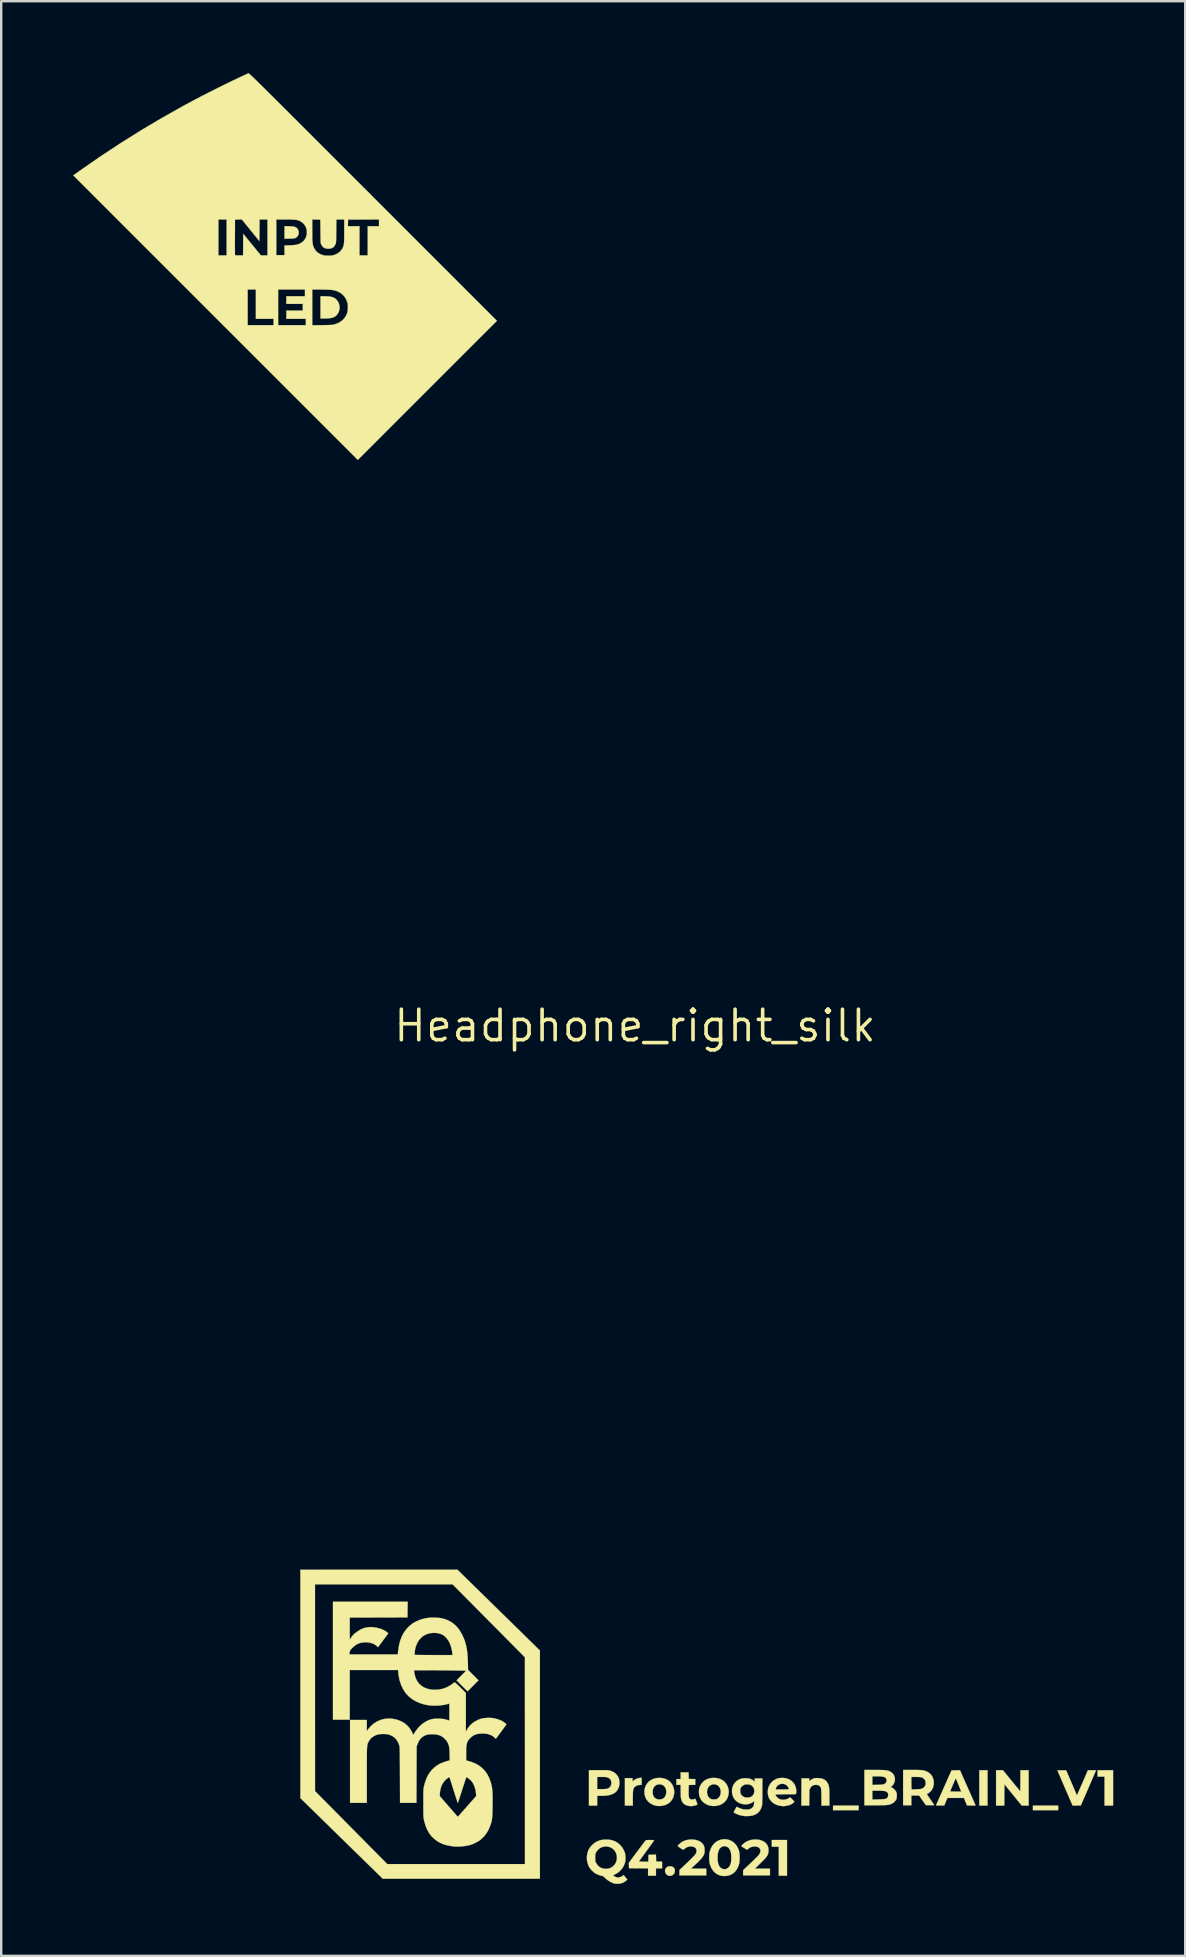
<source format=kicad_pcb>
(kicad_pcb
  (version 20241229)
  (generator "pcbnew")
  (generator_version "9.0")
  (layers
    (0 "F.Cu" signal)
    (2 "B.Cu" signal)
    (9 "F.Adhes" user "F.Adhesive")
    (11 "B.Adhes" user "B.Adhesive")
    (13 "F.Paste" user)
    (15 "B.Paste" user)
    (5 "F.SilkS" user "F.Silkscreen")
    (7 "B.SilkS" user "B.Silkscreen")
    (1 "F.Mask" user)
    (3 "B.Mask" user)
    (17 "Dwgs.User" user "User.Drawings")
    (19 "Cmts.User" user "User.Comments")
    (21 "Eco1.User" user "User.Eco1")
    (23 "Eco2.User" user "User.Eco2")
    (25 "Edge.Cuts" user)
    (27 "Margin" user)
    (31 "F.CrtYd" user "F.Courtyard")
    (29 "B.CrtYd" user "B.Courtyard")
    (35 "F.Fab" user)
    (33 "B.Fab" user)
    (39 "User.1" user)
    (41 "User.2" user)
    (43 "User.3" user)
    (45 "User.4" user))
  (footprint "Headphone_right_silk"
    (layer "F.Cu")
    (at 23.413 39.701)
    (property "Reference" "Headphone_right_silk" (at 0 0 0) (layer "F.SilkS") (effects (font (size 1.27 1.27) (thickness 0.15))))
    (attr through_hole)
    (fp_poly (pts (xy 9.322 32.69) (xy 8.255 32.69) (xy 8.255 32.499) (xy 9.322 32.499) (xy 9.322 32.69)) (stroke (width 0.01) (type solid)) (fill yes) (layer "F.SilkS"))
    (fp_poly (pts (xy 14.694 32.499) (xy 14.351 32.499) (xy 14.351 31.026) (xy 14.694 31.026) (xy 14.694 32.499)) (stroke (width 0.01) (type solid)) (fill yes) (layer "F.SilkS"))
    (fp_poly (pts (xy 17.64 32.69) (xy 16.586 32.69) (xy 16.586 32.499) (xy 17.64 32.499) (xy 17.64 32.69)) (stroke (width 0.01) (type solid)) (fill yes) (layer "F.SilkS"))
    (fp_poly (pts (xy 6.337 35.42) (xy 5.994 35.42) (xy 5.994 34.214) (xy 5.702 34.214) (xy 5.702 33.934) (xy 6.337 33.934) (xy 6.337 35.42)) (stroke (width 0.01) (type solid)) (fill yes) (layer "F.SilkS"))
    (fp_poly (pts (xy 19.926 32.499) (xy 19.571 32.499) (xy 19.571 31.293) (xy 19.279 31.293) (xy 19.279 31.026) (xy 19.926 31.026) (xy 19.926 32.499)) (stroke (width 0.01) (type solid)) (fill yes) (layer "F.SilkS"))
    (fp_poly (pts (xy 15.697 31.467) (xy 16.059 31.907) (xy 16.062 31.467) (xy 16.066 31.026) (xy 16.408 31.026) (xy 16.408 32.499) (xy 16.119 32.499) (xy 15.759 32.055) (xy 15.399 31.611) (xy 15.395 32.055) (xy 15.392 32.499) (xy 15.05 32.499) (xy 15.05 31.026) (xy 15.335 31.026) (xy 15.697 31.467)) (stroke (width 0.01) (type solid)) (fill yes) (layer "F.SilkS"))
    (fp_poly (pts (xy -10.671 22.67) (xy -7.398 22.67) (xy -3.962 26.037) (xy -3.962 35.547) (xy -10.512 35.547) (xy -12.228 33.868) (xy -13.944 32.188) (xy -13.944 27.429) (xy -13.945 23.279) (xy -13.335 23.279) (xy -13.335 27.588) (xy -13.334 31.896) (xy -10.323 34.938) (xy -4.585 34.938) (xy -4.585 30.629) (xy -4.586 26.321) (xy -6.093 24.8) (xy -7.6 23.279) (xy -13.335 23.279) (xy -13.945 23.279) (xy -13.945 22.669) (xy -10.671 22.67)) (stroke (width 0.01) (type solid)) (fill yes) (layer "F.SilkS"))
    (fp_poly (pts (xy -14.418 -33.321) (xy -14.325 -33.317) (xy -14.253 -33.311) (xy -14.198 -33.302) (xy -14.156 -33.288) (xy -14.121 -33.27) (xy -14.091 -33.245) (xy -14.083 -33.237) (xy -14.039 -33.177) (xy -14.015 -33.109) (xy -14.012 -33.037) (xy -14.027 -32.968) (xy -14.062 -32.905) (xy -14.113 -32.855) (xy -14.138 -32.839) (xy -14.161 -32.828) (xy -14.185 -32.821) (xy -14.215 -32.815) (xy -14.256 -32.811) (xy -14.313 -32.809) (xy -14.389 -32.807) (xy -14.399 -32.806) (xy -14.605 -32.802) (xy -14.605 -33.328) (xy -14.418 -33.321)) (stroke (width 0.01) (type solid)) (fill yes) (layer "F.SilkS"))
    (fp_poly (pts (xy -12.818 -30.401) (xy -12.719 -30.393) (xy -12.638 -30.377) (xy -12.57 -30.354) (xy -12.51 -30.321) (xy -12.456 -30.279) (xy -12.452 -30.275) (xy -12.388 -30.2) (xy -12.343 -30.115) (xy -12.318 -30.023) (xy -12.311 -29.928) (xy -12.322 -29.833) (xy -12.35 -29.743) (xy -12.396 -29.662) (xy -12.458 -29.592) (xy -12.536 -29.54) (xy -12.606 -29.512) (xy -12.692 -29.493) (xy -12.797 -29.481) (xy -12.924 -29.477) (xy -12.932 -29.477) (xy -13.106 -29.477) (xy -13.106 -30.404) (xy -12.937 -30.404) (xy -12.818 -30.401)) (stroke (width 0.01) (type solid)) (fill yes) (layer "F.SilkS"))
    (fp_poly (pts (xy 1.53 35.035) (xy 1.587 35.062) (xy 1.63 35.103) (xy 1.651 35.132) (xy 1.661 35.164) (xy 1.664 35.209) (xy 1.664 35.216) (xy 1.655 35.288) (xy 1.626 35.345) (xy 1.576 35.389) (xy 1.55 35.404) (xy 1.495 35.426) (xy 1.444 35.43) (xy 1.389 35.419) (xy 1.355 35.402) (xy 1.32 35.374) (xy 1.31 35.363) (xy 1.27 35.301) (xy 1.252 35.238) (xy 1.256 35.176) (xy 1.279 35.12) (xy 1.319 35.074) (xy 1.375 35.042) (xy 1.445 35.027) (xy 1.46 35.027) (xy 1.53 35.035)) (stroke (width 0.01) (type solid)) (fill yes) (layer "F.SilkS"))
    (fp_poly (pts (xy 0.279 31.632) (xy 0.198 31.64) (xy 0.119 31.652) (xy 0.059 31.673) (xy 0.008 31.707) (xy -0.01 31.723) (xy -0.032 31.749) (xy -0.051 31.777) (xy -0.064 31.811) (xy -0.075 31.855) (xy -0.082 31.91) (xy -0.086 31.981) (xy -0.088 32.07) (xy -0.089 32.181) (xy -0.089 32.197) (xy -0.089 32.499) (xy -0.419 32.499) (xy -0.419 31.356) (xy -0.102 31.356) (xy -0.102 31.495) (xy -0.06 31.456) (xy 0.002 31.411) (xy 0.081 31.375) (xy 0.165 31.352) (xy 0.199 31.347) (xy 0.279 31.34) (xy 0.279 31.632)) (stroke (width 0.01) (type solid)) (fill yes) (layer "F.SilkS"))
    (fp_poly (pts (xy 7.609 31.352) (xy 7.728 31.361) (xy 7.828 31.385) (xy 7.911 31.427) (xy 7.978 31.485) (xy 8.031 31.562) (xy 8.036 31.573) (xy 8.054 31.611) (xy 8.069 31.649) (xy 8.08 31.69) (xy 8.089 31.738) (xy 8.095 31.795) (xy 8.099 31.866) (xy 8.101 31.953) (xy 8.102 32.06) (xy 8.103 32.153) (xy 8.103 32.499) (xy 7.774 32.499) (xy 7.77 32.147) (xy 7.769 32.042) (xy 7.767 31.959) (xy 7.765 31.895) (xy 7.763 31.847) (xy 7.76 31.811) (xy 7.755 31.785) (xy 7.75 31.765) (xy 7.743 31.748) (xy 7.741 31.744) (xy 7.704 31.69) (xy 7.656 31.656) (xy 7.593 31.639) (xy 7.544 31.636) (xy 7.464 31.643) (xy 7.401 31.665) (xy 7.352 31.705) (xy 7.311 31.765) (xy 7.309 31.769) (xy 7.271 31.843) (xy 7.262 32.499) (xy 6.934 32.499) (xy 6.941 31.363) (xy 7.258 31.363) (xy 7.271 31.486) (xy 7.3 31.454) (xy 7.328 31.432) (xy 7.369 31.407) (xy 7.408 31.386) (xy 7.449 31.369) (xy 7.484 31.358) (xy 7.523 31.353) (xy 7.573 31.351) (xy 7.609 31.352)) (stroke (width 0.01) (type solid)) (fill yes) (layer "F.SilkS"))
    (fp_poly (pts (xy 2.242 31.388) (xy 2.378 31.392) (xy 2.515 31.395) (xy 2.515 31.635) (xy 2.242 31.642) (xy 2.238 31.845) (xy 2.236 31.948) (xy 2.237 32.028) (xy 2.24 32.089) (xy 2.246 32.136) (xy 2.255 32.17) (xy 2.267 32.195) (xy 2.282 32.213) (xy 2.309 32.233) (xy 2.34 32.243) (xy 2.38 32.245) (xy 2.426 32.242) (xy 2.467 32.232) (xy 2.48 32.227) (xy 2.505 32.216) (xy 2.519 32.22) (xy 2.529 32.243) (xy 2.558 32.318) (xy 2.581 32.378) (xy 2.596 32.422) (xy 2.603 32.445) (xy 2.603 32.447) (xy 2.592 32.46) (xy 2.562 32.476) (xy 2.518 32.492) (xy 2.467 32.505) (xy 2.432 32.512) (xy 2.383 32.519) (xy 2.346 32.522) (xy 2.309 32.521) (xy 2.261 32.515) (xy 2.242 32.512) (xy 2.142 32.487) (xy 2.059 32.443) (xy 1.995 32.382) (xy 1.949 32.302) (xy 1.92 32.205) (xy 1.919 32.194) (xy 1.914 32.154) (xy 1.91 32.095) (xy 1.907 32.022) (xy 1.906 31.942) (xy 1.905 31.874) (xy 1.905 31.636) (xy 1.727 31.636) (xy 1.727 31.394) (xy 1.905 31.394) (xy 1.905 31.115) (xy 2.234 31.115) (xy 2.242 31.388)) (stroke (width 0.01) (type solid)) (fill yes) (layer "F.SilkS"))
    (fp_poly (pts (xy 0.703 33.935) (xy 0.751 33.936) (xy 0.781 33.94) (xy 0.795 33.944) (xy 0.796 33.951) (xy 0.788 33.965) (xy 0.766 33.997) (xy 0.732 34.045) (xy 0.687 34.106) (xy 0.635 34.179) (xy 0.575 34.262) (xy 0.51 34.351) (xy 0.477 34.395) (xy 0.411 34.487) (xy 0.349 34.572) (xy 0.293 34.649) (xy 0.246 34.715) (xy 0.208 34.768) (xy 0.181 34.806) (xy 0.167 34.826) (xy 0.165 34.829) (xy 0.177 34.832) (xy 0.21 34.834) (xy 0.26 34.835) (xy 0.322 34.836) (xy 0.362 34.836) (xy 0.558 34.836) (xy 0.565 34.55) (xy 0.875 34.543) (xy 0.883 34.83) (xy 1.006 34.833) (xy 1.13 34.837) (xy 1.13 35.115) (xy 0.876 35.115) (xy 0.876 35.42) (xy 0.546 35.42) (xy 0.546 35.116) (xy 0.149 35.113) (xy -0.248 35.109) (xy -0.251 34.998) (xy -0.255 34.886) (xy 0.077 34.439) (xy 0.148 34.344) (xy 0.214 34.255) (xy 0.275 34.174) (xy 0.329 34.102) (xy 0.374 34.043) (xy 0.408 33.999) (xy 0.429 33.971) (xy 0.436 33.963) (xy 0.448 33.951) (xy 0.462 33.943) (xy 0.484 33.938) (xy 0.517 33.936) (xy 0.566 33.935) (xy 0.632 33.934) (xy 0.703 33.935)) (stroke (width 0.01) (type solid)) (fill yes) (layer "F.SilkS"))
    (fp_poly (pts (xy -1.209 31.021) (xy -1.187 31.021) (xy -1.073 31.034) (xy -0.965 31.068) (xy -0.867 31.12) (xy -0.784 31.189) (xy -0.718 31.272) (xy -0.697 31.308) (xy -0.661 31.405) (xy -0.645 31.51) (xy -0.648 31.616) (xy -0.669 31.719) (xy -0.708 31.814) (xy -0.764 31.896) (xy -0.795 31.927) (xy -0.866 31.983) (xy -0.949 32.026) (xy -1.046 32.058) (xy -1.159 32.079) (xy -1.292 32.09) (xy -1.394 32.092) (xy -1.575 32.093) (xy -1.575 32.499) (xy -1.918 32.499) (xy -1.918 31.814) (xy -1.575 31.814) (xy -1.389 31.814) (xy -1.31 31.812) (xy -1.241 31.809) (xy -1.187 31.804) (xy -1.152 31.798) (xy -1.152 31.798) (xy -1.085 31.766) (xy -1.033 31.716) (xy -0.997 31.653) (xy -0.981 31.581) (xy -0.986 31.504) (xy -0.996 31.467) (xy -1.02 31.415) (xy -1.054 31.377) (xy -1.105 31.345) (xy -1.124 31.336) (xy -1.151 31.324) (xy -1.177 31.316) (xy -1.207 31.311) (xy -1.248 31.307) (xy -1.303 31.306) (xy -1.378 31.306) (xy -1.381 31.306) (xy -1.575 31.305) (xy -1.575 31.814) (xy -1.918 31.814) (xy -1.918 31.026) (xy -1.597 31.023) (xy -1.503 31.022) (xy -1.413 31.021) (xy -1.331 31.021) (xy -1.261 31.021) (xy -1.209 31.021)) (stroke (width 0.01) (type solid)) (fill yes) (layer "F.SilkS"))
    (fp_poly (pts (xy 5.182 33.927) (xy 5.296 33.962) (xy 5.391 34.012) (xy 5.467 34.077) (xy 5.522 34.156) (xy 5.556 34.247) (xy 5.568 34.35) (xy 5.563 34.43) (xy 5.554 34.479) (xy 5.543 34.522) (xy 5.526 34.563) (xy 5.503 34.605) (xy 5.47 34.65) (xy 5.426 34.702) (xy 5.368 34.763) (xy 5.295 34.837) (xy 5.241 34.89) (xy 4.998 35.128) (xy 5.626 35.128) (xy 5.626 35.408) (xy 4.508 35.408) (xy 4.508 35.193) (xy 4.826 34.892) (xy 4.902 34.819) (xy 4.973 34.75) (xy 5.038 34.686) (xy 5.093 34.631) (xy 5.135 34.587) (xy 5.164 34.557) (xy 5.174 34.544) (xy 5.214 34.467) (xy 5.23 34.396) (xy 5.224 34.334) (xy 5.197 34.281) (xy 5.149 34.24) (xy 5.083 34.214) (xy 5 34.203) (xy 4.953 34.204) (xy 4.86 34.221) (xy 4.777 34.26) (xy 4.718 34.304) (xy 4.673 34.344) (xy 4.613 34.306) (xy 4.564 34.276) (xy 4.512 34.243) (xy 4.493 34.232) (xy 4.46 34.21) (xy 4.438 34.193) (xy 4.433 34.187) (xy 4.441 34.174) (xy 4.463 34.149) (xy 4.495 34.116) (xy 4.504 34.107) (xy 4.596 34.032) (xy 4.705 33.974) (xy 4.824 33.934) (xy 4.952 33.913) (xy 5.082 33.913) (xy 5.182 33.927)) (stroke (width 0.01) (type solid)) (fill yes) (layer "F.SilkS"))
    (fp_poly (pts (xy 19.108 31.026) (xy 19.16 31.027) (xy 19.197 31.028) (xy 19.214 31.029) (xy 19.215 31.029) (xy 19.21 31.041) (xy 19.196 31.074) (xy 19.173 31.127) (xy 19.143 31.197) (xy 19.106 31.282) (xy 19.064 31.381) (xy 19.016 31.491) (xy 18.965 31.611) (xy 18.91 31.738) (xy 18.899 31.763) (xy 18.583 32.493) (xy 18.412 32.496) (xy 18.241 32.5) (xy 18.156 32.306) (xy 18.133 32.253) (xy 18.101 32.18) (xy 18.063 32.09) (xy 18.018 31.988) (xy 17.97 31.877) (xy 17.92 31.76) (xy 17.868 31.641) (xy 17.838 31.572) (xy 17.605 31.032) (xy 17.784 31.029) (xy 17.849 31.028) (xy 17.904 31.029) (xy 17.946 31.031) (xy 17.969 31.034) (xy 17.971 31.035) (xy 17.978 31.048) (xy 17.993 31.083) (xy 18.017 31.135) (xy 18.046 31.203) (xy 18.082 31.285) (xy 18.121 31.378) (xy 18.165 31.478) (xy 18.21 31.585) (xy 18.257 31.695) (xy 18.304 31.806) (xy 18.35 31.915) (xy 18.394 32.02) (xy 18.396 32.023) (xy 18.417 32.074) (xy 18.44 32.029) (xy 18.45 32.008) (xy 18.468 31.967) (xy 18.495 31.907) (xy 18.527 31.832) (xy 18.565 31.745) (xy 18.608 31.649) (xy 18.652 31.545) (xy 18.67 31.506) (xy 18.877 31.026) (xy 19.046 31.026) (xy 19.108 31.026)) (stroke (width 0.01) (type solid)) (fill yes) (layer "F.SilkS"))
    (fp_poly (pts (xy 1.122 31.351) (xy 1.234 31.376) (xy 1.338 31.419) (xy 1.431 31.479) (xy 1.489 31.534) (xy 1.556 31.628) (xy 1.603 31.731) (xy 1.63 31.84) (xy 1.637 31.95) (xy 1.624 32.06) (xy 1.591 32.165) (xy 1.54 32.262) (xy 1.471 32.347) (xy 1.393 32.411) (xy 1.297 32.462) (xy 1.187 32.497) (xy 1.071 32.516) (xy 0.955 32.516) (xy 0.914 32.512) (xy 0.787 32.481) (xy 0.674 32.429) (xy 0.576 32.357) (xy 0.537 32.318) (xy 0.47 32.227) (xy 0.424 32.126) (xy 0.398 32.017) (xy 0.394 31.93) (xy 0.735 31.93) (xy 0.744 32.026) (xy 0.769 32.103) (xy 0.813 32.165) (xy 0.876 32.212) (xy 0.895 32.222) (xy 0.958 32.24) (xy 1.03 32.245) (xy 1.102 32.235) (xy 1.165 32.212) (xy 1.178 32.204) (xy 1.235 32.152) (xy 1.276 32.083) (xy 1.301 32.003) (xy 1.308 31.915) (xy 1.296 31.83) (xy 1.265 31.751) (xy 1.217 31.688) (xy 1.155 31.643) (xy 1.084 31.617) (xy 1.007 31.611) (xy 0.928 31.627) (xy 0.868 31.656) (xy 0.806 31.708) (xy 0.763 31.775) (xy 0.74 31.859) (xy 0.735 31.93) (xy 0.394 31.93) (xy 0.393 31.906) (xy 0.407 31.795) (xy 0.442 31.689) (xy 0.496 31.592) (xy 0.57 31.506) (xy 0.582 31.495) (xy 0.674 31.43) (xy 0.778 31.383) (xy 0.89 31.354) (xy 1.006 31.343) (xy 1.122 31.351)) (stroke (width 0.01) (type solid)) (fill yes) (layer "F.SilkS"))
    (fp_poly (pts (xy 3.463 31.364) (xy 3.583 31.405) (xy 3.591 31.409) (xy 3.687 31.467) (xy 3.767 31.542) (xy 3.829 31.63) (xy 3.874 31.727) (xy 3.9 31.831) (xy 3.908 31.939) (xy 3.897 32.046) (xy 3.867 32.151) (xy 3.818 32.249) (xy 3.748 32.338) (xy 3.713 32.371) (xy 3.623 32.435) (xy 3.517 32.481) (xy 3.4 32.51) (xy 3.279 32.519) (xy 3.181 32.511) (xy 3.058 32.481) (xy 2.948 32.432) (xy 2.853 32.365) (xy 2.775 32.281) (xy 2.716 32.182) (xy 2.686 32.102) (xy 2.673 32.035) (xy 2.666 31.956) (xy 2.666 31.942) (xy 3.001 31.942) (xy 3.015 32.032) (xy 3.043 32.103) (xy 3.071 32.151) (xy 3.106 32.185) (xy 3.141 32.208) (xy 3.178 32.228) (xy 3.209 32.239) (xy 3.244 32.243) (xy 3.293 32.243) (xy 3.303 32.243) (xy 3.358 32.239) (xy 3.396 32.232) (xy 3.428 32.218) (xy 3.451 32.203) (xy 3.507 32.15) (xy 3.548 32.079) (xy 3.572 31.998) (xy 3.578 31.911) (xy 3.564 31.822) (xy 3.563 31.819) (xy 3.529 31.743) (xy 3.482 31.684) (xy 3.423 31.643) (xy 3.357 31.618) (xy 3.288 31.611) (xy 3.218 31.621) (xy 3.153 31.647) (xy 3.095 31.689) (xy 3.048 31.748) (xy 3.016 31.823) (xy 3.009 31.847) (xy 3.001 31.942) (xy 2.666 31.942) (xy 2.667 31.875) (xy 2.674 31.803) (xy 2.68 31.774) (xy 2.718 31.676) (xy 2.775 31.583) (xy 2.848 31.501) (xy 2.932 31.436) (xy 2.967 31.416) (xy 3.084 31.37) (xy 3.209 31.347) (xy 3.337 31.345) (xy 3.463 31.364)) (stroke (width 0.01) (type solid)) (fill yes) (layer "F.SilkS"))
    (fp_poly (pts (xy 13.862 31.739) (xy 13.919 31.866) (xy 13.972 31.987) (xy 14.022 32.099) (xy 14.067 32.2) (xy 14.106 32.289) (xy 14.139 32.363) (xy 14.164 32.42) (xy 14.181 32.458) (xy 14.189 32.476) (xy 14.189 32.476) (xy 14.191 32.485) (xy 14.187 32.492) (xy 14.173 32.496) (xy 14.146 32.498) (xy 14.101 32.498) (xy 14.036 32.497) (xy 14.018 32.496) (xy 13.838 32.493) (xy 13.774 32.337) (xy 13.711 32.182) (xy 13.02 32.182) (xy 12.982 32.274) (xy 12.959 32.329) (xy 12.936 32.385) (xy 12.918 32.429) (xy 12.894 32.493) (xy 12.72 32.496) (xy 12.65 32.498) (xy 12.602 32.498) (xy 12.573 32.496) (xy 12.557 32.492) (xy 12.552 32.486) (xy 12.553 32.477) (xy 12.553 32.477) (xy 12.559 32.461) (xy 12.575 32.425) (xy 12.6 32.369) (xy 12.632 32.296) (xy 12.67 32.209) (xy 12.715 32.109) (xy 12.764 31.997) (xy 12.807 31.9) (xy 13.14 31.9) (xy 13.144 31.906) (xy 13.157 31.91) (xy 13.182 31.913) (xy 13.224 31.914) (xy 13.284 31.915) (xy 13.365 31.915) (xy 13.598 31.915) (xy 13.488 31.642) (xy 13.456 31.565) (xy 13.428 31.495) (xy 13.404 31.437) (xy 13.386 31.393) (xy 13.374 31.368) (xy 13.372 31.364) (xy 13.366 31.373) (xy 13.352 31.403) (xy 13.331 31.448) (xy 13.305 31.506) (xy 13.276 31.572) (xy 13.245 31.644) (xy 13.214 31.716) (xy 13.185 31.786) (xy 13.159 31.85) (xy 13.142 31.892) (xy 13.14 31.9) (xy 12.807 31.9) (xy 12.817 31.878) (xy 12.874 31.751) (xy 12.877 31.743) (xy 13.194 31.032) (xy 13.545 31.026) (xy 13.862 31.739)) (stroke (width 0.01) (type solid)) (fill yes) (layer "F.SilkS"))
    (fp_poly (pts (xy 2.466 33.918) (xy 2.575 33.94) (xy 2.673 33.977) (xy 2.756 34.028) (xy 2.791 34.06) (xy 2.84 34.117) (xy 2.873 34.173) (xy 2.892 34.235) (xy 2.901 34.31) (xy 2.902 34.36) (xy 2.901 34.421) (xy 2.898 34.464) (xy 2.891 34.499) (xy 2.879 34.533) (xy 2.86 34.573) (xy 2.838 34.612) (xy 2.809 34.654) (xy 2.77 34.702) (xy 2.72 34.757) (xy 2.657 34.822) (xy 2.579 34.898) (xy 2.483 34.988) (xy 2.471 34.999) (xy 2.333 35.128) (xy 2.972 35.128) (xy 2.972 35.408) (xy 1.854 35.408) (xy 1.854 35.182) (xy 1.915 35.128) (xy 1.939 35.105) (xy 1.98 35.067) (xy 2.032 35.017) (xy 2.094 34.958) (xy 2.162 34.893) (xy 2.233 34.825) (xy 2.244 34.815) (xy 2.33 34.731) (xy 2.4 34.662) (xy 2.454 34.606) (xy 2.495 34.559) (xy 2.525 34.52) (xy 2.545 34.485) (xy 2.557 34.454) (xy 2.563 34.422) (xy 2.565 34.388) (xy 2.565 34.382) (xy 2.563 34.337) (xy 2.551 34.304) (xy 2.526 34.272) (xy 2.475 34.232) (xy 2.41 34.208) (xy 2.335 34.2) (xy 2.257 34.207) (xy 2.18 34.229) (xy 2.11 34.267) (xy 2.08 34.29) (xy 2.048 34.317) (xy 2.023 34.335) (xy 2.013 34.341) (xy 1.998 34.334) (xy 1.967 34.316) (xy 1.928 34.291) (xy 1.884 34.263) (xy 1.842 34.234) (xy 1.807 34.208) (xy 1.784 34.19) (xy 1.778 34.182) (xy 1.788 34.164) (xy 1.814 34.135) (xy 1.851 34.101) (xy 1.895 34.064) (xy 1.941 34.029) (xy 1.984 34.001) (xy 2.01 33.987) (xy 2.119 33.945) (xy 2.234 33.92) (xy 2.352 33.912) (xy 2.466 33.918)) (stroke (width 0.01) (type solid)) (fill yes) (layer "F.SilkS"))
    (fp_poly (pts (xy 3.872 33.915) (xy 3.982 33.953) (xy 4.082 34.011) (xy 4.17 34.089) (xy 4.245 34.185) (xy 4.304 34.299) (xy 4.34 34.404) (xy 4.352 34.468) (xy 4.359 34.549) (xy 4.363 34.639) (xy 4.362 34.732) (xy 4.357 34.821) (xy 4.347 34.896) (xy 4.339 34.938) (xy 4.292 35.069) (xy 4.228 35.182) (xy 4.15 35.275) (xy 4.058 35.347) (xy 3.952 35.399) (xy 3.834 35.429) (xy 3.705 35.436) (xy 3.641 35.431) (xy 3.528 35.407) (xy 3.424 35.36) (xy 3.331 35.292) (xy 3.25 35.205) (xy 3.184 35.101) (xy 3.134 34.981) (xy 3.116 34.918) (xy 3.104 34.843) (xy 3.096 34.753) (xy 3.095 34.665) (xy 3.442 34.665) (xy 3.448 34.797) (xy 3.468 34.909) (xy 3.501 34.999) (xy 3.547 35.069) (xy 3.606 35.117) (xy 3.658 35.139) (xy 3.709 35.15) (xy 3.753 35.15) (xy 3.8 35.14) (xy 3.865 35.109) (xy 3.921 35.056) (xy 3.965 34.981) (xy 3.998 34.888) (xy 3.999 34.881) (xy 4.008 34.828) (xy 4.013 34.757) (xy 4.014 34.677) (xy 4.012 34.595) (xy 4.007 34.519) (xy 3.999 34.457) (xy 3.994 34.437) (xy 3.961 34.347) (xy 3.914 34.276) (xy 3.856 34.225) (xy 3.788 34.197) (xy 3.711 34.191) (xy 3.692 34.194) (xy 3.618 34.217) (xy 3.558 34.262) (xy 3.509 34.328) (xy 3.474 34.414) (xy 3.451 34.521) (xy 3.442 34.647) (xy 3.442 34.665) (xy 3.095 34.665) (xy 3.094 34.655) (xy 3.098 34.559) (xy 3.107 34.473) (xy 3.117 34.423) (xy 3.161 34.292) (xy 3.222 34.178) (xy 3.299 34.081) (xy 3.392 34.004) (xy 3.497 33.947) (xy 3.616 33.912) (xy 3.633 33.909) (xy 3.755 33.9) (xy 3.872 33.915)) (stroke (width 0.01) (type solid)) (fill yes) (layer "F.SilkS"))
    (fp_poly (pts (xy 11.56 31.014) (xy 11.685 31.014) (xy 11.788 31.015) (xy 11.873 31.018) (xy 11.942 31.022) (xy 11.998 31.029) (xy 12.046 31.038) (xy 12.088 31.049) (xy 12.128 31.064) (xy 12.169 31.083) (xy 12.175 31.086) (xy 12.272 31.146) (xy 12.349 31.223) (xy 12.406 31.315) (xy 12.443 31.419) (xy 12.455 31.505) (xy 12.452 31.624) (xy 12.428 31.733) (xy 12.383 31.83) (xy 12.318 31.912) (xy 12.234 31.979) (xy 12.221 31.987) (xy 12.19 32.006) (xy 12.17 32.021) (xy 12.167 32.025) (xy 12.173 32.036) (xy 12.193 32.066) (xy 12.222 32.11) (xy 12.26 32.165) (xy 12.304 32.229) (xy 12.319 32.251) (xy 12.364 32.317) (xy 12.404 32.376) (xy 12.437 32.424) (xy 12.459 32.459) (xy 12.471 32.478) (xy 12.471 32.48) (xy 12.459 32.482) (xy 12.427 32.484) (xy 12.378 32.485) (xy 12.317 32.484) (xy 12.298 32.484) (xy 12.124 32.48) (xy 11.843 32.081) (xy 11.519 32.08) (xy 11.519 32.487) (xy 11.176 32.487) (xy 11.176 31.557) (xy 11.519 31.557) (xy 11.519 31.635) (xy 11.521 31.704) (xy 11.523 31.76) (xy 11.525 31.8) (xy 11.528 31.819) (xy 11.528 31.819) (xy 11.545 31.823) (xy 11.581 31.824) (xy 11.632 31.824) (xy 11.692 31.823) (xy 11.756 31.82) (xy 11.818 31.815) (xy 11.874 31.811) (xy 11.918 31.805) (xy 11.942 31.801) (xy 11.994 31.776) (xy 12.045 31.737) (xy 12.085 31.69) (xy 12.099 31.665) (xy 12.109 31.627) (xy 12.115 31.579) (xy 12.116 31.559) (xy 12.108 31.485) (xy 12.081 31.424) (xy 12.035 31.373) (xy 12.005 31.349) (xy 11.971 31.331) (xy 11.932 31.319) (xy 11.88 31.311) (xy 11.814 31.307) (xy 11.727 31.306) (xy 11.706 31.306) (xy 11.519 31.305) (xy 11.519 31.557) (xy 11.176 31.557) (xy 11.176 31.013) (xy 11.56 31.014)) (stroke (width 0.01) (type solid)) (fill yes) (layer "F.SilkS"))
    (fp_poly (pts (xy 10.095 31.014) (xy 10.201 31.015) (xy 10.294 31.017) (xy 10.371 31.02) (xy 10.43 31.023) (xy 10.467 31.026) (xy 10.471 31.027) (xy 10.58 31.057) (xy 10.671 31.102) (xy 10.743 31.161) (xy 10.795 31.234) (xy 10.826 31.318) (xy 10.835 31.399) (xy 10.826 31.483) (xy 10.801 31.562) (xy 10.763 31.63) (xy 10.715 31.681) (xy 10.688 31.699) (xy 10.655 31.716) (xy 10.716 31.751) (xy 10.778 31.795) (xy 10.835 31.85) (xy 10.879 31.91) (xy 10.894 31.939) (xy 10.907 31.987) (xy 10.914 32.056) (xy 10.914 32.087) (xy 10.91 32.161) (xy 10.9 32.218) (xy 10.894 32.234) (xy 10.854 32.3) (xy 10.796 32.361) (xy 10.727 32.408) (xy 10.71 32.417) (xy 10.672 32.434) (xy 10.635 32.448) (xy 10.596 32.459) (xy 10.551 32.468) (xy 10.499 32.475) (xy 10.435 32.48) (xy 10.358 32.483) (xy 10.264 32.485) (xy 10.15 32.486) (xy 10.017 32.486) (xy 9.563 32.487) (xy 9.563 31.877) (xy 9.893 31.877) (xy 9.893 32.249) (xy 10.144 32.242) (xy 10.225 32.239) (xy 10.3 32.235) (xy 10.364 32.231) (xy 10.412 32.226) (xy 10.441 32.221) (xy 10.442 32.221) (xy 10.498 32.192) (xy 10.535 32.147) (xy 10.552 32.086) (xy 10.554 32.059) (xy 10.552 32.015) (xy 10.544 31.986) (xy 10.525 31.96) (xy 10.512 31.947) (xy 10.485 31.925) (xy 10.453 31.907) (xy 10.411 31.894) (xy 10.357 31.886) (xy 10.287 31.88) (xy 10.198 31.878) (xy 10.115 31.877) (xy 9.893 31.877) (xy 9.563 31.877) (xy 9.563 31.28) (xy 9.893 31.28) (xy 9.893 31.639) (xy 10.114 31.633) (xy 10.196 31.631) (xy 10.258 31.628) (xy 10.304 31.624) (xy 10.337 31.618) (xy 10.364 31.611) (xy 10.388 31.601) (xy 10.392 31.599) (xy 10.446 31.561) (xy 10.478 31.511) (xy 10.488 31.449) (xy 10.486 31.429) (xy 10.475 31.384) (xy 10.453 31.349) (xy 10.417 31.322) (xy 10.366 31.302) (xy 10.296 31.289) (xy 10.207 31.282) (xy 10.094 31.28) (xy 9.893 31.28) (xy 9.563 31.28) (xy 9.563 31.013) (xy 9.98 31.013) (xy 10.095 31.014)) (stroke (width 0.01) (type solid)) (fill yes) (layer "F.SilkS"))
    (fp_poly (pts (xy 6.266 31.355) (xy 6.381 31.387) (xy 6.482 31.439) (xy 6.569 31.509) (xy 6.639 31.598) (xy 6.663 31.64) (xy 6.694 31.716) (xy 6.715 31.799) (xy 6.724 31.881) (xy 6.722 31.957) (xy 6.71 32.012) (xy 6.704 32.017) (xy 6.689 32.021) (xy 6.662 32.024) (xy 6.622 32.026) (xy 6.566 32.028) (xy 6.491 32.029) (xy 6.396 32.029) (xy 6.279 32.029) (xy 6.147 32.03) (xy 6.04 32.031) (xy 5.958 32.033) (xy 5.9 32.035) (xy 5.866 32.039) (xy 5.855 32.043) (xy 5.865 32.077) (xy 5.892 32.119) (xy 5.931 32.162) (xy 5.977 32.2) (xy 6.02 32.227) (xy 6.09 32.25) (xy 6.173 32.257) (xy 6.26 32.249) (xy 6.344 32.226) (xy 6.418 32.189) (xy 6.421 32.186) (xy 6.468 32.155) (xy 6.555 32.241) (xy 6.593 32.279) (xy 6.622 32.312) (xy 6.639 32.334) (xy 6.642 32.341) (xy 6.632 32.358) (xy 6.604 32.383) (xy 6.566 32.411) (xy 6.522 32.439) (xy 6.477 32.463) (xy 6.456 32.472) (xy 6.418 32.484) (xy 6.366 32.496) (xy 6.307 32.508) (xy 6.25 32.517) (xy 6.2 32.522) (xy 6.168 32.523) (xy 6.166 32.523) (xy 6.147 32.521) (xy 6.112 32.516) (xy 6.073 32.511) (xy 5.95 32.485) (xy 5.842 32.442) (xy 5.746 32.378) (xy 5.707 32.344) (xy 5.638 32.268) (xy 5.588 32.189) (xy 5.555 32.098) (xy 5.538 32.007) (xy 5.534 31.889) (xy 5.544 31.826) (xy 5.864 31.826) (xy 6.139 31.826) (xy 6.23 31.826) (xy 6.299 31.825) (xy 6.349 31.824) (xy 6.382 31.821) (xy 6.402 31.818) (xy 6.411 31.813) (xy 6.413 31.807) (xy 6.403 31.763) (xy 6.376 31.713) (xy 6.335 31.666) (xy 6.328 31.659) (xy 6.265 31.618) (xy 6.195 31.595) (xy 6.123 31.591) (xy 6.051 31.604) (xy 5.986 31.633) (xy 5.931 31.676) (xy 5.891 31.732) (xy 5.872 31.785) (xy 5.864 31.826) (xy 5.544 31.826) (xy 5.553 31.774) (xy 5.595 31.665) (xy 5.656 31.568) (xy 5.714 31.505) (xy 5.806 31.433) (xy 5.904 31.383) (xy 6.012 31.354) (xy 6.134 31.344) (xy 6.14 31.344) (xy 6.266 31.355)) (stroke (width 0.01) (type solid)) (fill yes) (layer "F.SilkS"))
    (fp_poly (pts (xy -1.083 33.921) (xy -0.98 33.938) (xy -0.883 33.968) (xy -0.783 34.014) (xy -0.781 34.015) (xy -0.689 34.076) (xy -0.603 34.157) (xy -0.527 34.252) (xy -0.465 34.355) (xy -0.422 34.462) (xy -0.413 34.495) (xy -0.4 34.576) (xy -0.395 34.668) (xy -0.397 34.761) (xy -0.407 34.843) (xy -0.413 34.868) (xy -0.457 34.991) (xy -0.523 35.105) (xy -0.608 35.207) (xy -0.708 35.293) (xy -0.811 35.354) (xy -0.916 35.405) (xy -0.874 35.437) (xy -0.8 35.479) (xy -0.722 35.497) (xy -0.642 35.49) (xy -0.562 35.458) (xy -0.513 35.427) (xy -0.473 35.396) (xy -0.395 35.489) (xy -0.318 35.583) (xy -0.37 35.63) (xy -0.458 35.693) (xy -0.559 35.735) (xy -0.671 35.757) (xy -0.79 35.757) (xy -0.842 35.75) (xy -0.927 35.726) (xy -1.02 35.682) (xy -1.115 35.623) (xy -1.208 35.549) (xy -1.276 35.485) (xy -1.314 35.451) (xy -1.347 35.434) (xy -1.356 35.433) (xy -1.393 35.428) (xy -1.445 35.413) (xy -1.505 35.392) (xy -1.567 35.367) (xy -1.622 35.341) (xy -1.652 35.324) (xy -1.721 35.274) (xy -1.791 35.208) (xy -1.856 35.134) (xy -1.908 35.06) (xy -1.927 35.026) (xy -1.976 34.897) (xy -2.002 34.762) (xy -2.004 34.671) (xy -1.657 34.671) (xy -1.657 34.736) (xy -1.655 34.782) (xy -1.65 34.816) (xy -1.641 34.845) (xy -1.627 34.876) (xy -1.622 34.887) (xy -1.562 34.978) (xy -1.487 35.05) (xy -1.399 35.101) (xy -1.301 35.131) (xy -1.196 35.138) (xy -1.085 35.121) (xy -0.99 35.085) (xy -0.908 35.028) (xy -0.841 34.956) (xy -0.792 34.87) (xy -0.761 34.774) (xy -0.751 34.671) (xy -0.763 34.563) (xy -0.767 34.544) (xy -0.804 34.444) (xy -0.86 34.359) (xy -0.932 34.291) (xy -1.017 34.242) (xy -1.112 34.211) (xy -1.215 34.202) (xy -1.323 34.216) (xy -1.363 34.227) (xy -1.448 34.265) (xy -1.526 34.324) (xy -1.59 34.398) (xy -1.622 34.453) (xy -1.637 34.486) (xy -1.648 34.517) (xy -1.654 34.55) (xy -1.657 34.593) (xy -1.657 34.653) (xy -1.657 34.671) (xy -2.004 34.671) (xy -2.005 34.625) (xy -1.984 34.489) (xy -1.941 34.358) (xy -1.927 34.329) (xy -1.881 34.254) (xy -1.818 34.177) (xy -1.744 34.105) (xy -1.666 34.044) (xy -1.607 34.008) (xy -1.521 33.968) (xy -1.439 33.941) (xy -1.353 33.925) (xy -1.254 33.917) (xy -1.2 33.916) (xy -1.083 33.921)) (stroke (width 0.01) (type solid)) (fill yes) (layer "F.SilkS"))
    (fp_poly (pts (xy 4.639 31.359) (xy 4.743 31.369) (xy 4.827 31.391) (xy 4.897 31.427) (xy 4.95 31.47) (xy 4.991 31.512) (xy 4.991 31.369) (xy 5.309 31.369) (xy 5.309 31.894) (xy 5.308 32.01) (xy 5.308 32.12) (xy 5.306 32.221) (xy 5.305 32.31) (xy 5.303 32.384) (xy 5.3 32.44) (xy 5.298 32.475) (xy 5.297 32.482) (xy 5.263 32.601) (xy 5.212 32.703) (xy 5.142 32.786) (xy 5.055 32.852) (xy 4.949 32.899) (xy 4.906 32.912) (xy 4.838 32.925) (xy 4.755 32.934) (xy 4.667 32.938) (xy 4.584 32.937) (xy 4.527 32.931) (xy 4.376 32.901) (xy 4.244 32.854) (xy 4.201 32.833) (xy 4.16 32.811) (xy 4.129 32.792) (xy 4.115 32.78) (xy 4.115 32.779) (xy 4.12 32.765) (xy 4.135 32.735) (xy 4.156 32.695) (xy 4.18 32.651) (xy 4.203 32.609) (xy 4.222 32.575) (xy 4.235 32.554) (xy 4.237 32.551) (xy 4.249 32.554) (xy 4.278 32.567) (xy 4.315 32.585) (xy 4.416 32.63) (xy 4.517 32.656) (xy 4.627 32.664) (xy 4.633 32.664) (xy 4.718 32.661) (xy 4.785 32.649) (xy 4.838 32.628) (xy 4.883 32.596) (xy 4.89 32.589) (xy 4.933 32.534) (xy 4.958 32.466) (xy 4.966 32.382) (xy 4.966 32.381) (xy 4.966 32.32) (xy 4.907 32.361) (xy 4.814 32.41) (xy 4.71 32.439) (xy 4.6 32.448) (xy 4.488 32.437) (xy 4.379 32.406) (xy 4.314 32.375) (xy 4.224 32.313) (xy 4.152 32.236) (xy 4.098 32.147) (xy 4.062 32.05) (xy 4.044 31.948) (xy 4.044 31.89) (xy 4.388 31.89) (xy 4.389 31.943) (xy 4.394 31.98) (xy 4.405 32.01) (xy 4.423 32.04) (xy 4.478 32.101) (xy 4.548 32.144) (xy 4.63 32.166) (xy 4.72 32.166) (xy 4.782 32.155) (xy 4.854 32.125) (xy 4.912 32.076) (xy 4.952 32.011) (xy 4.974 31.935) (xy 4.975 31.863) (xy 4.957 31.783) (xy 4.92 31.717) (xy 4.861 31.664) (xy 4.842 31.652) (xy 4.807 31.634) (xy 4.774 31.623) (xy 4.735 31.618) (xy 4.68 31.617) (xy 4.625 31.618) (xy 4.585 31.623) (xy 4.553 31.634) (xy 4.518 31.652) (xy 4.475 31.684) (xy 4.436 31.722) (xy 4.422 31.74) (xy 4.404 31.771) (xy 4.394 31.802) (xy 4.389 31.84) (xy 4.388 31.89) (xy 4.044 31.89) (xy 4.045 31.844) (xy 4.063 31.742) (xy 4.101 31.645) (xy 4.157 31.556) (xy 4.232 31.479) (xy 4.276 31.446) (xy 4.366 31.398) (xy 4.465 31.369) (xy 4.578 31.358) (xy 4.639 31.359)) (stroke (width 0.01) (type solid)) (fill yes) (layer "F.SilkS"))
    (fp_poly (pts (xy -16.106 -39.695) (xy -16.101 -39.693) (xy -16.093 -39.688) (xy -16.084 -39.682) (xy -16.072 -39.672) (xy -16.057 -39.659) (xy -16.038 -39.642) (xy -16.015 -39.622) (xy -15.988 -39.596) (xy -15.955 -39.566) (xy -15.918 -39.53) (xy -15.875 -39.489) (xy -15.825 -39.441) (xy -15.769 -39.386) (xy -15.706 -39.324) (xy -15.635 -39.255) (xy -15.557 -39.177) (xy -15.47 -39.092) (xy -15.375 -38.997) (xy -15.27 -38.893) (xy -15.155 -38.779) (xy -15.03 -38.655) (xy -14.895 -38.521) (xy -14.749 -38.375) (xy -14.592 -38.218) (xy -14.422 -38.049) (xy -14.241 -37.868) (xy -14.046 -37.674) (xy -13.839 -37.466) (xy -13.618 -37.246) (xy -13.383 -37.011) (xy -13.133 -36.761) (xy -12.869 -36.497) (xy -12.589 -36.217) (xy -12.294 -35.922) (xy -11.982 -35.61) (xy -11.654 -35.282) (xy -11.308 -34.937) (xy -10.945 -34.574) (xy -10.918 -34.546) (xy -5.753 -29.381) (xy -11.551 -23.584) (xy -18.65 -30.683) (xy -16.142 -30.683) (xy -16.142 -29.197) (xy -15.062 -29.197) (xy -15.062 -29.464) (xy -15.799 -29.464) (xy -15.799 -30.683) (xy -14.872 -30.683) (xy -14.872 -29.197) (xy -13.716 -29.197) (xy -13.716 -29.464) (xy -14.529 -29.464) (xy -14.529 -29.807) (xy -13.843 -29.807) (xy -13.843 -30.086) (xy -14.529 -30.086) (xy -14.529 -30.404) (xy -13.754 -30.404) (xy -13.754 -30.683) (xy -13.449 -30.683) (xy -13.449 -29.195) (xy -13.033 -29.2) (xy -12.917 -29.202) (xy -12.823 -29.204) (xy -12.747 -29.206) (xy -12.688 -29.208) (xy -12.641 -29.211) (xy -12.603 -29.215) (xy -12.571 -29.22) (xy -12.542 -29.227) (xy -12.52 -29.232) (xy -12.384 -29.281) (xy -12.264 -29.348) (xy -12.162 -29.431) (xy -12.08 -29.531) (xy -12.017 -29.645) (xy -12.004 -29.678) (xy -11.982 -29.757) (xy -11.969 -29.851) (xy -11.964 -29.95) (xy -11.968 -30.046) (xy -11.981 -30.125) (xy -12.026 -30.254) (xy -12.09 -30.367) (xy -12.173 -30.463) (xy -12.275 -30.543) (xy -12.397 -30.606) (xy -12.434 -30.621) (xy -12.485 -30.638) (xy -12.538 -30.651) (xy -12.596 -30.662) (xy -12.662 -30.671) (xy -12.74 -30.676) (xy -12.832 -30.68) (xy -12.943 -30.682) (xy -13.075 -30.683) (xy -13.097 -30.683) (xy -13.449 -30.683) (xy -13.754 -30.683) (xy -14.872 -30.683) (xy -15.799 -30.683) (xy -16.142 -30.683) (xy -18.65 -30.683) (xy -21.571 -33.604) (xy -17.361 -33.604) (xy -17.361 -32.106) (xy -17.018 -32.106) (xy -17.018 -32.49) (xy -16.673 -32.49) (xy -16.673 -32.385) (xy -16.672 -32.294) (xy -16.672 -32.22) (xy -16.671 -32.165) (xy -16.67 -32.132) (xy -16.669 -32.121) (xy -16.658 -32.114) (xy -16.631 -32.11) (xy -16.583 -32.107) (xy -16.514 -32.106) (xy -16.498 -32.106) (xy -16.333 -32.106) (xy -16.329 -32.556) (xy -16.326 -33.006) (xy -15.589 -32.106) (xy -15.316 -32.106) (xy -15.316 -32.118) (xy -14.948 -32.118) (xy -14.605 -32.118) (xy -14.605 -32.521) (xy -14.392 -32.528) (xy -14.315 -32.532) (xy -14.241 -32.536) (xy -14.177 -32.542) (xy -14.128 -32.547) (xy -14.11 -32.551) (xy -13.991 -32.588) (xy -13.889 -32.642) (xy -13.806 -32.714) (xy -13.741 -32.801) (xy -13.697 -32.904) (xy -13.678 -32.985) (xy -13.672 -33.099) (xy -13.678 -33.14) (xy -13.449 -33.14) (xy -13.449 -33) (xy -13.448 -32.882) (xy -13.446 -32.784) (xy -13.442 -32.703) (xy -13.437 -32.635) (xy -13.429 -32.579) (xy -13.419 -32.531) (xy -13.406 -32.489) (xy -13.39 -32.449) (xy -13.371 -32.408) (xy -13.364 -32.394) (xy -13.3 -32.299) (xy -13.218 -32.221) (xy -13.117 -32.16) (xy -13 -32.117) (xy -12.983 -32.113) (xy -12.917 -32.102) (xy -12.835 -32.096) (xy -12.748 -32.095) (xy -12.665 -32.099) (xy -12.604 -32.107) (xy -12.493 -32.139) (xy -12.39 -32.191) (xy -12.299 -32.26) (xy -12.226 -32.344) (xy -12.194 -32.396) (xy -12.175 -32.432) (xy -12.16 -32.467) (xy -12.148 -32.502) (xy -12.138 -32.542) (xy -12.13 -32.588) (xy -12.125 -32.644) (xy -12.121 -32.712) (xy -12.118 -32.795) (xy -12.117 -32.896) (xy -12.116 -33.017) (xy -12.116 -33.118) (xy -12.116 -33.325) (xy -11.964 -33.325) (xy -11.481 -33.325) (xy -11.481 -32.106) (xy -11.138 -32.106) (xy -11.138 -33.325) (xy -10.668 -33.325) (xy -10.668 -33.604) (xy -11.313 -33.601) (xy -11.957 -33.598) (xy -11.964 -33.325) (xy -12.116 -33.325) (xy -12.116 -33.604) (xy -12.444 -33.604) (xy -12.449 -33.125) (xy -12.45 -33.001) (xy -12.451 -32.9) (xy -12.452 -32.819) (xy -12.454 -32.756) (xy -12.456 -32.706) (xy -12.459 -32.668) (xy -12.463 -32.639) (xy -12.467 -32.617) (xy -12.473 -32.597) (xy -12.48 -32.578) (xy -12.481 -32.575) (xy -12.523 -32.497) (xy -12.578 -32.44) (xy -12.648 -32.404) (xy -12.734 -32.387) (xy -12.774 -32.385) (xy -12.868 -32.392) (xy -12.943 -32.416) (xy -13.003 -32.457) (xy -13.05 -32.516) (xy -13.067 -32.549) (xy -13.1 -32.62) (xy -13.113 -33.598) (xy -13.449 -33.605) (xy -13.449 -33.14) (xy -13.678 -33.14) (xy -13.689 -33.208) (xy -13.727 -33.309) (xy -13.785 -33.399) (xy -13.862 -33.475) (xy -13.947 -33.529) (xy -13.988 -33.549) (xy -14.028 -33.565) (xy -14.069 -33.577) (xy -14.115 -33.587) (xy -14.169 -33.594) (xy -14.234 -33.599) (xy -14.315 -33.602) (xy -14.413 -33.603) (xy -14.533 -33.604) (xy -14.564 -33.604) (xy -14.948 -33.604) (xy -14.948 -32.118) (xy -15.316 -32.118) (xy -15.316 -33.604) (xy -15.646 -33.604) (xy -15.653 -32.703) (xy -16.384 -33.605) (xy -16.669 -33.598) (xy -16.672 -32.868) (xy -16.673 -32.733) (xy -16.673 -32.607) (xy -16.673 -32.49) (xy -17.018 -32.49) (xy -17.018 -33.604) (xy -17.361 -33.604) (xy -21.571 -33.604) (xy -23.408 -35.442) (xy -23.15 -35.626) (xy -22.294 -36.221) (xy -21.427 -36.792) (xy -20.55 -37.341) (xy -19.663 -37.866) (xy -18.765 -38.369) (xy -18.682 -38.414) (xy -18.396 -38.567) (xy -18.097 -38.724) (xy -17.789 -38.882) (xy -17.478 -39.039) (xy -17.168 -39.193) (xy -16.866 -39.341) (xy -16.575 -39.48) (xy -16.307 -39.605) (xy -16.246 -39.633) (xy -16.19 -39.659) (xy -16.146 -39.68) (xy -16.119 -39.693) (xy -16.115 -39.695) (xy -16.113 -39.696) (xy -16.11 -39.696) (xy -16.106 -39.695)) (stroke (width 0.01) (type solid)) (fill yes) (layer "F.SilkS"))
    (fp_poly (pts (xy -9.481 24.657) (xy -11.887 24.664) (xy -11.887 25.121) (xy -11.887 25.226) (xy -11.887 25.322) (xy -11.886 25.407) (xy -11.885 25.478) (xy -11.884 25.532) (xy -11.883 25.566) (xy -11.882 25.578) (xy -11.874 25.568) (xy -11.857 25.541) (xy -11.839 25.511) (xy -11.78 25.428) (xy -11.696 25.344) (xy -11.59 25.26) (xy -11.544 25.229) (xy -11.463 25.178) (xy -11.392 25.14) (xy -11.326 25.112) (xy -11.256 25.092) (xy -11.175 25.076) (xy -11.162 25.073) (xy -11.095 25.064) (xy -11.041 25.059) (xy -10.987 25.06) (xy -10.923 25.065) (xy -10.898 25.067) (xy -10.76 25.089) (xy -10.63 25.122) (xy -10.513 25.165) (xy -10.413 25.216) (xy -10.335 25.273) (xy -10.282 25.32) (xy -10.313 25.363) (xy -10.329 25.385) (xy -10.358 25.425) (xy -10.397 25.477) (xy -10.443 25.54) (xy -10.495 25.609) (xy -10.526 25.652) (xy -10.709 25.898) (xy -10.749 25.859) (xy -10.839 25.789) (xy -10.946 25.738) (xy -11.068 25.706) (xy -11.202 25.694) (xy -11.273 25.695) (xy -11.39 25.708) (xy -11.494 25.734) (xy -11.589 25.777) (xy -11.681 25.839) (xy -11.775 25.922) (xy -11.784 25.931) (xy -11.84 25.992) (xy -11.876 26.049) (xy -11.895 26.108) (xy -11.9 26.168) (xy -11.9 26.2) (xy -9.884 26.2) (xy -9.869 26.045) (xy -9.837 25.832) (xy -9.787 25.634) (xy -9.718 25.454) (xy -9.631 25.291) (xy -9.527 25.146) (xy -9.406 25.018) (xy -9.267 24.909) (xy -9.113 24.82) (xy -8.943 24.749) (xy -8.757 24.699) (xy -8.615 24.675) (xy -8.509 24.666) (xy -8.392 24.664) (xy -8.271 24.668) (xy -8.155 24.678) (xy -8.052 24.694) (xy -8.001 24.705) (xy -7.835 24.76) (xy -7.685 24.834) (xy -7.549 24.928) (xy -7.427 25.043) (xy -7.319 25.179) (xy -7.223 25.337) (xy -7.194 25.394) (xy -7.134 25.528) (xy -7.085 25.662) (xy -7.045 25.801) (xy -7.013 25.948) (xy -6.99 26.107) (xy -6.975 26.282) (xy -6.965 26.477) (xy -6.964 26.53) (xy -6.957 26.841) (xy -6.739 27.061) (xy -6.522 27.28) (xy -6.75 27.508) (xy -6.978 27.737) (xy -7.436 27.28) (xy -7.235 27.079) (xy -7.034 26.877) (xy -7.532 26.869) (xy -7.659 26.867) (xy -7.805 26.865) (xy -7.964 26.864) (xy -8.13 26.862) (xy -8.295 26.861) (xy -8.455 26.861) (xy -8.602 26.861) (xy -8.619 26.86) (xy -9.207 26.86) (xy -9.207 26.889) (xy -9.205 26.914) (xy -9.198 26.956) (xy -9.188 27.009) (xy -9.183 27.035) (xy -9.142 27.177) (xy -9.083 27.302) (xy -9.005 27.41) (xy -8.91 27.5) (xy -8.798 27.572) (xy -8.669 27.625) (xy -8.524 27.66) (xy -8.364 27.675) (xy -8.325 27.675) (xy -8.156 27.663) (xy -7.992 27.626) (xy -7.834 27.565) (xy -7.682 27.48) (xy -7.612 27.431) (xy -7.573 27.401) (xy -7.54 27.377) (xy -7.52 27.363) (xy -7.519 27.362) (xy -7.504 27.368) (xy -7.472 27.392) (xy -7.424 27.435) (xy -7.359 27.497) (xy -7.277 27.578) (xy -7.276 27.579) (xy -7.048 27.806) (xy -7.048 29.419) (xy -6.993 29.324) (xy -6.959 29.271) (xy -6.922 29.217) (xy -6.888 29.174) (xy -6.884 29.17) (xy -6.795 29.084) (xy -6.687 29.006) (xy -6.568 28.939) (xy -6.443 28.889) (xy -6.411 28.879) (xy -6.333 28.862) (xy -6.238 28.85) (xy -6.135 28.844) (xy -6.033 28.844) (xy -5.941 28.851) (xy -5.92 28.853) (xy -5.846 28.868) (xy -5.763 28.889) (xy -5.68 28.915) (xy -5.605 28.943) (xy -5.562 28.962) (xy -5.525 28.983) (xy -5.482 29.011) (xy -5.439 29.041) (xy -5.4 29.07) (xy -5.372 29.094) (xy -5.36 29.109) (xy -5.359 29.11) (xy -5.367 29.123) (xy -5.387 29.154) (xy -5.419 29.2) (xy -5.461 29.258) (xy -5.51 29.326) (xy -5.565 29.401) (xy -5.578 29.42) (xy -5.798 29.717) (xy -5.842 29.674) (xy -5.93 29.603) (xy -6.027 29.551) (xy -6.136 29.516) (xy -6.26 29.499) (xy -6.344 29.496) (xy -6.469 29.501) (xy -6.575 29.517) (xy -6.667 29.545) (xy -6.748 29.588) (xy -6.824 29.646) (xy -6.859 29.679) (xy -6.907 29.73) (xy -6.945 29.779) (xy -6.976 29.829) (xy -6.998 29.885) (xy -7.015 29.948) (xy -7.026 30.025) (xy -7.032 30.116) (xy -7.035 30.227) (xy -7.036 30.318) (xy -7.036 30.619) (xy -7.001 30.627) (xy -6.975 30.633) (xy -6.931 30.646) (xy -6.876 30.663) (xy -6.825 30.678) (xy -6.657 30.743) (xy -6.507 30.827) (xy -6.373 30.93) (xy -6.256 31.051) (xy -6.157 31.191) (xy -6.076 31.348) (xy -6.012 31.523) (xy -5.989 31.607) (xy -5.974 31.674) (xy -5.962 31.739) (xy -5.952 31.806) (xy -5.944 31.877) (xy -5.938 31.956) (xy -5.935 32.046) (xy -5.933 32.151) (xy -5.933 32.272) (xy -5.934 32.415) (xy -5.935 32.493) (xy -5.937 32.635) (xy -5.939 32.755) (xy -5.943 32.856) (xy -5.947 32.941) (xy -5.954 33.014) (xy -5.962 33.078) (xy -5.972 33.136) (xy -5.985 33.191) (xy -6.001 33.248) (xy -6.021 33.308) (xy -6.022 33.311) (xy -6.09 33.481) (xy -6.177 33.636) (xy -6.281 33.773) (xy -6.402 33.893) (xy -6.468 33.945) (xy -6.533 33.988) (xy -6.614 34.033) (xy -6.702 34.076) (xy -6.788 34.113) (xy -6.858 34.137) (xy -6.944 34.159) (xy -7.045 34.178) (xy -7.153 34.193) (xy -7.263 34.204) (xy -7.367 34.21) (xy -7.459 34.21) (xy -7.518 34.206) (xy -7.678 34.184) (xy -7.817 34.157) (xy -7.94 34.124) (xy -8.05 34.083) (xy -8.153 34.033) (xy -8.237 33.983) (xy -8.365 33.888) (xy -8.476 33.781) (xy -8.571 33.659) (xy -8.652 33.52) (xy -8.718 33.362) (xy -8.772 33.185) (xy -8.792 33.104) (xy -8.798 33.072) (xy -8.804 33.043) (xy -8.808 33.012) (xy -8.812 32.977) (xy -8.815 32.937) (xy -8.817 32.887) (xy -8.818 32.825) (xy -8.819 32.749) (xy -8.82 32.656) (xy -8.82 32.542) (xy -8.82 32.407) (xy -8.82 32.398) (xy -8.82 32.261) (xy -8.82 32.146) (xy -8.82 32.105) (xy -8.134 32.105) (xy -7.76 32.536) (xy -7.385 32.967) (xy -7.357 32.939) (xy -7.343 32.924) (xy -7.314 32.892) (xy -7.272 32.845) (xy -7.219 32.785) (xy -7.157 32.715) (xy -7.088 32.636) (xy -7.013 32.552) (xy -6.973 32.506) (xy -6.616 32.099) (xy -6.624 31.998) (xy -6.646 31.847) (xy -6.685 31.709) (xy -6.741 31.585) (xy -6.806 31.487) (xy -6.836 31.455) (xy -6.875 31.418) (xy -6.919 31.382) (xy -6.961 31.35) (xy -6.996 31.328) (xy -7.02 31.318) (xy -7.021 31.318) (xy -7.032 31.329) (xy -7.045 31.357) (xy -7.053 31.379) (xy -7.063 31.409) (xy -7.079 31.459) (xy -7.1 31.524) (xy -7.125 31.602) (xy -7.153 31.689) (xy -7.183 31.782) (xy -7.214 31.878) (xy -7.245 31.974) (xy -7.275 32.066) (xy -7.303 32.152) (xy -7.327 32.228) (xy -7.348 32.291) (xy -7.363 32.338) (xy -7.372 32.366) (xy -7.374 32.372) (xy -7.381 32.385) (xy -7.39 32.374) (xy -7.391 32.372) (xy -7.397 32.356) (xy -7.41 32.319) (xy -7.428 32.262) (xy -7.452 32.19) (xy -7.48 32.103) (xy -7.511 32.005) (xy -7.544 31.899) (xy -7.563 31.839) (xy -7.598 31.73) (xy -7.63 31.628) (xy -7.659 31.537) (xy -7.684 31.458) (xy -7.705 31.394) (xy -7.72 31.349) (xy -7.728 31.323) (xy -7.73 31.319) (xy -7.746 31.319) (xy -7.775 31.334) (xy -7.814 31.36) (xy -7.858 31.395) (xy -7.902 31.435) (xy -7.907 31.44) (xy -7.987 31.537) (xy -8.052 31.652) (xy -8.098 31.779) (xy -8.125 31.917) (xy -8.132 32.008) (xy -8.134 32.105) (xy -8.82 32.105) (xy -8.819 32.052) (xy -8.819 31.975) (xy -8.817 31.913) (xy -8.815 31.862) (xy -8.812 31.821) (xy -8.809 31.786) (xy -8.805 31.755) (xy -8.799 31.726) (xy -8.792 31.694) (xy -8.791 31.689) (xy -8.738 31.496) (xy -8.67 31.322) (xy -8.585 31.167) (xy -8.483 31.031) (xy -8.365 30.913) (xy -8.229 30.813) (xy -8.174 30.78) (xy -8.117 30.751) (xy -8.044 30.72) (xy -7.962 30.689) (xy -7.878 30.66) (xy -7.802 30.637) (xy -7.755 30.626) (xy -7.719 30.619) (xy -7.725 30.356) (xy -7.728 30.249) (xy -7.732 30.164) (xy -7.739 30.094) (xy -7.748 30.036) (xy -7.762 29.984) (xy -7.779 29.934) (xy -7.803 29.882) (xy -7.807 29.873) (xy -7.837 29.822) (xy -7.881 29.765) (xy -7.925 29.718) (xy -8.01 29.644) (xy -8.101 29.59) (xy -8.202 29.553) (xy -8.317 29.532) (xy -8.439 29.526) (xy -8.535 29.528) (xy -8.613 29.536) (xy -8.681 29.551) (xy -8.745 29.574) (xy -8.769 29.585) (xy -8.862 29.641) (xy -8.94 29.715) (xy -9.005 29.808) (xy -9.057 29.922) (xy -9.064 29.94) (xy -9.1 30.042) (xy -9.103 31.213) (xy -9.107 32.385) (xy -9.791 32.385) (xy -9.795 31.226) (xy -9.796 31.027) (xy -9.796 30.852) (xy -9.797 30.699) (xy -9.798 30.566) (xy -9.799 30.452) (xy -9.8 30.356) (xy -9.801 30.275) (xy -9.803 30.208) (xy -9.804 30.153) (xy -9.806 30.109) (xy -9.808 30.075) (xy -9.811 30.047) (xy -9.814 30.026) (xy -9.817 30.008) (xy -9.821 29.994) (xy -9.822 29.991) (xy -9.871 29.864) (xy -9.937 29.756) (xy -10.019 29.667) (xy -10.117 29.598) (xy -10.233 29.548) (xy -10.28 29.534) (xy -10.344 29.523) (xy -10.424 29.517) (xy -10.512 29.516) (xy -10.598 29.519) (xy -10.673 29.528) (xy -10.703 29.534) (xy -10.82 29.573) (xy -10.924 29.631) (xy -11.011 29.706) (xy -11.08 29.796) (xy -11.099 29.831) (xy -11.112 29.856) (xy -11.123 29.879) (xy -11.133 29.901) (xy -11.141 29.925) (xy -11.148 29.952) (xy -11.155 29.984) (xy -11.16 30.022) (xy -11.164 30.068) (xy -11.167 30.123) (xy -11.17 30.19) (xy -11.172 30.27) (xy -11.174 30.364) (xy -11.175 30.475) (xy -11.175 30.603) (xy -11.176 30.751) (xy -11.176 30.92) (xy -11.176 31.112) (xy -11.176 31.226) (xy -11.176 32.385) (xy -11.874 32.385) (xy -11.874 28.931) (xy -11.176 28.931) (xy -11.176 29.392) (xy -11.114 29.31) (xy -11.003 29.183) (xy -10.878 29.076) (xy -10.742 28.99) (xy -10.595 28.927) (xy -10.441 28.887) (xy -10.28 28.871) (xy -10.125 28.878) (xy -9.957 28.909) (xy -9.802 28.96) (xy -9.662 29.03) (xy -9.537 29.12) (xy -9.429 29.228) (xy -9.379 29.292) (xy -9.337 29.358) (xy -9.296 29.431) (xy -9.264 29.501) (xy -9.252 29.534) (xy -9.244 29.552) (xy -9.236 29.547) (xy -9.228 29.535) (xy -9.135 29.39) (xy -9.04 29.267) (xy -8.944 29.165) (xy -8.842 29.079) (xy -8.786 29.041) (xy -8.675 28.975) (xy -8.569 28.928) (xy -8.463 28.896) (xy -8.348 28.879) (xy -8.217 28.874) (xy -8.077 28.88) (xy -7.954 28.895) (xy -7.841 28.923) (xy -7.812 28.933) (xy -7.774 28.945) (xy -7.747 28.954) (xy -7.739 28.956) (xy -7.738 28.944) (xy -7.737 28.909) (xy -7.736 28.856) (xy -7.735 28.787) (xy -7.734 28.705) (xy -7.734 28.614) (xy -7.734 28.599) (xy -7.734 28.494) (xy -7.735 28.411) (xy -7.736 28.349) (xy -7.738 28.305) (xy -7.74 28.275) (xy -7.743 28.258) (xy -7.748 28.25) (xy -7.753 28.249) (xy -7.754 28.25) (xy -7.854 28.281) (xy -7.973 28.305) (xy -8.105 28.323) (xy -8.243 28.333) (xy -8.381 28.335) (xy -8.514 28.329) (xy -8.593 28.32) (xy -8.787 28.283) (xy -8.968 28.226) (xy -9.136 28.153) (xy -9.288 28.062) (xy -9.422 27.955) (xy -9.537 27.833) (xy -9.567 27.795) (xy -9.668 27.637) (xy -9.749 27.464) (xy -9.81 27.277) (xy -9.849 27.079) (xy -9.863 26.959) (xy -9.871 26.848) (xy -11.887 26.848) (xy -11.887 28.918) (xy -12.586 28.918) (xy -12.586 26.209) (xy -9.184 26.209) (xy -9.183 26.216) (xy -9.171 26.218) (xy -9.135 26.219) (xy -9.078 26.221) (xy -9.002 26.222) (xy -8.91 26.223) (xy -8.803 26.224) (xy -8.683 26.225) (xy -8.553 26.225) (xy -8.415 26.225) (xy -8.393 26.226) (xy -7.604 26.226) (xy -7.612 26.139) (xy -7.627 26.035) (xy -7.654 25.921) (xy -7.688 25.809) (xy -7.728 25.71) (xy -7.734 25.697) (xy -7.78 25.618) (xy -7.836 25.54) (xy -7.899 25.47) (xy -7.963 25.415) (xy -7.995 25.393) (xy -8.103 25.344) (xy -8.222 25.313) (xy -8.349 25.301) (xy -8.478 25.307) (xy -8.604 25.331) (xy -8.722 25.373) (xy -8.827 25.432) (xy -8.844 25.444) (xy -8.944 25.534) (xy -9.028 25.642) (xy -9.095 25.766) (xy -9.143 25.901) (xy -9.156 25.956) (xy -9.169 26.028) (xy -9.178 26.099) (xy -9.184 26.162) (xy -9.184 26.209) (xy -12.586 26.209) (xy -12.586 24.003) (xy -9.474 24.003) (xy -9.481 24.657)) (stroke (width 0.01) (type solid)) (fill yes) (layer "F.SilkS")))
  (gr_rect
    (start -3 -3)
    (end 46.345 78.463)
    (stroke (width 0.1) (type default))
    (fill no)
    (layer "Edge.Cuts")))
</source>
